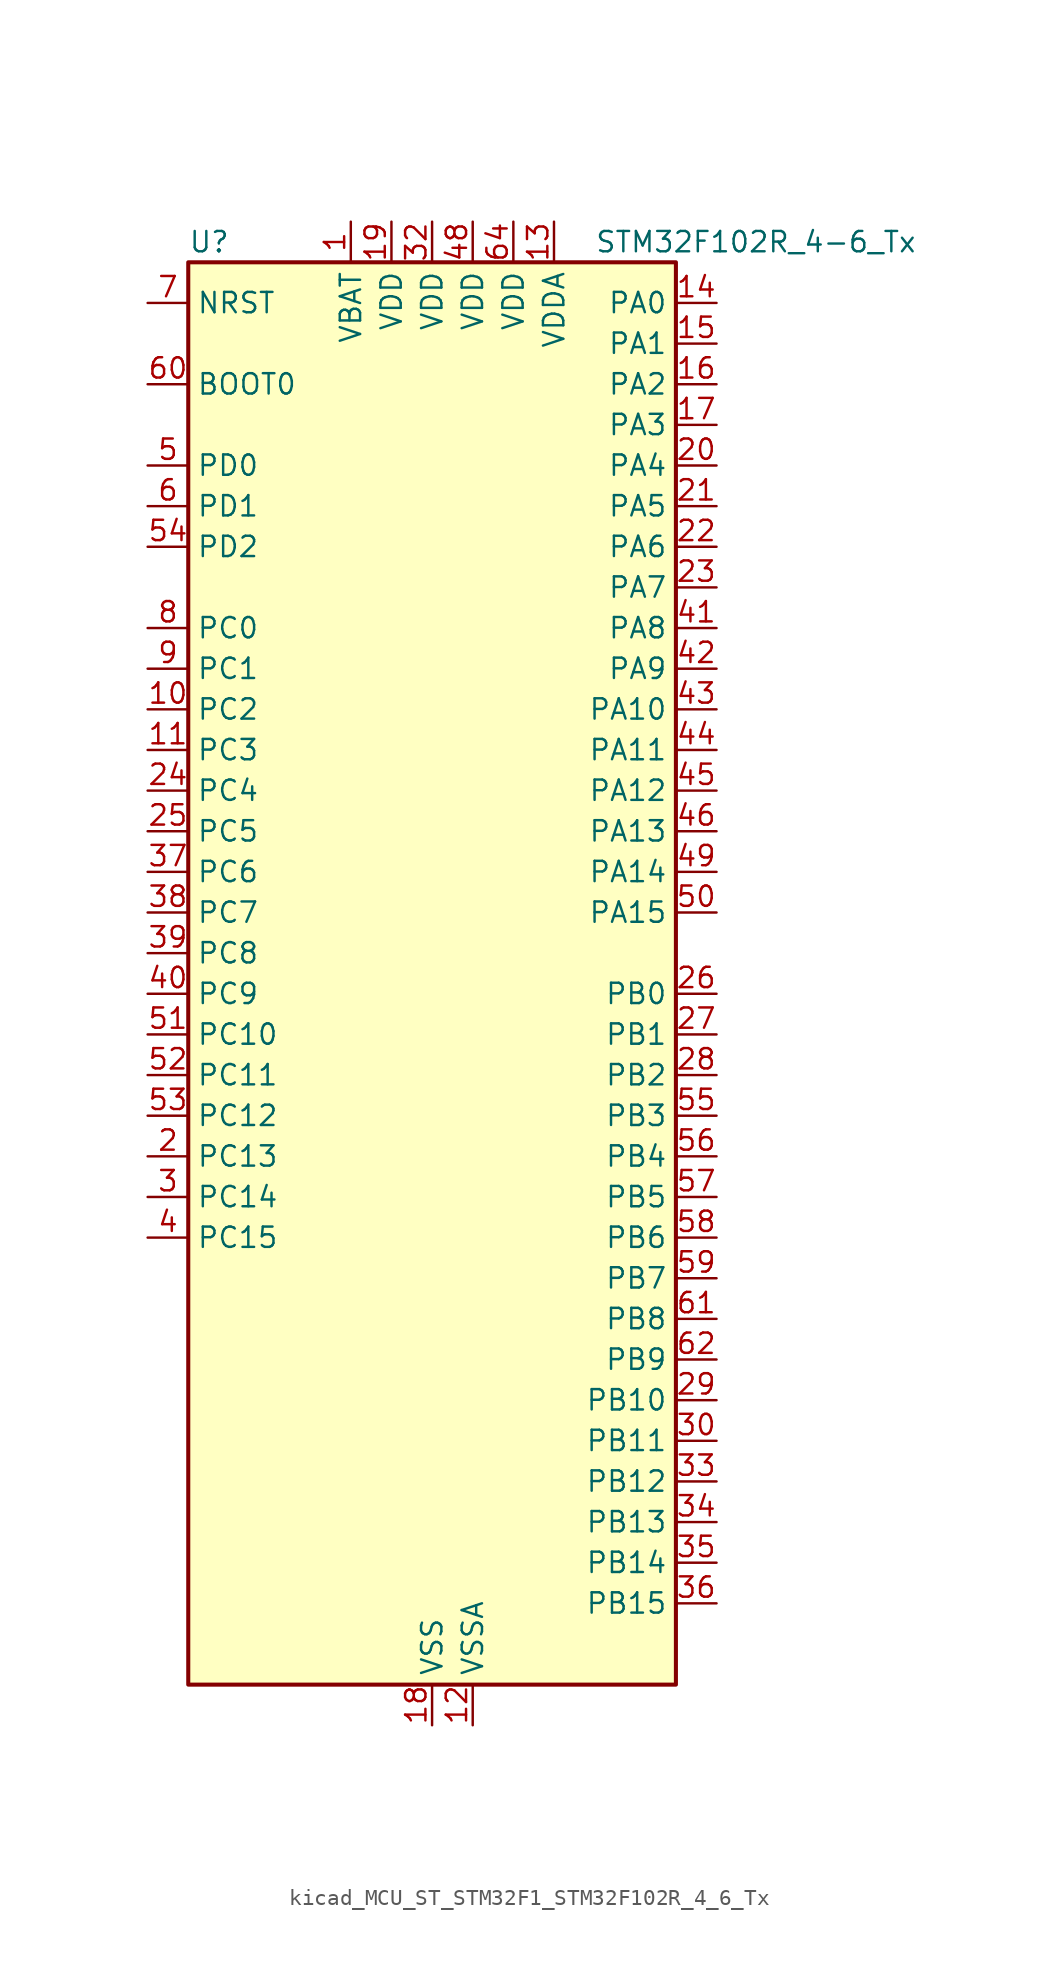
<source format=kicad_sym>
(kicad_symbol_lib
  (version 20220914)
  (generator kicad_symbol_editor)
  (symbol "kicad_MCU_ST_STM32F1_STM32F102R_4_6_Tx"
    (property "Reference" "U"
      (at -15.24 46.99 0)
      (effects (font (size 1.27 1.27)) (justify left)))
    (property "Value" "STM32F102R_4-6_Tx"
      (at 10.16 46.99 0)
      (effects (font (size 1.27 1.27)) (justify left)))
    (property "ki_locked" ""
      (at 0 0 0)
      (effects (font (size 1.27 1.27))))
    (symbol "kicad_MCU_ST_STM32F1_STM32F102R_4_6_Tx_0_1"
      (rectangle (start -15.24 -43.18) (end 15.24 45.72) (stroke (width 0.254) (type default)) (fill (type background))))
    (symbol "kicad_MCU_ST_STM32F1_STM32F102R_4_6_Tx_1_1"
      (pin power_in line (at -5.08 48.26 270) (length 2.54) (name "VBAT" (effects (font (size 1.27 1.27)))) (number "1" (effects (font (size 1.27 1.27)))))
      (pin bidirectional line (at -17.78 17.78 0) (length 2.54) (name "PC2" (effects (font (size 1.27 1.27)))) (number "10" (effects (font (size 1.27 1.27)))) (alternate "ADC1_IN12" bidirectional line))
      (pin bidirectional line (at -17.78 15.24 0) (length 2.54) (name "PC3" (effects (font (size 1.27 1.27)))) (number "11" (effects (font (size 1.27 1.27)))) (alternate "ADC1_IN13" bidirectional line))
      (pin power_in line (at 2.54 -45.72 90) (length 2.54) (name "VSSA" (effects (font (size 1.27 1.27)))) (number "12" (effects (font (size 1.27 1.27)))))
      (pin power_in line (at 7.62 48.26 270) (length 2.54) (name "VDDA" (effects (font (size 1.27 1.27)))) (number "13" (effects (font (size 1.27 1.27)))))
      (pin bidirectional line (at 17.78 43.18 180) (length 2.54) (name "PA0" (effects (font (size 1.27 1.27)))) (number "14" (effects (font (size 1.27 1.27)))) (alternate "ADC1_IN0" bidirectional line) (alternate "SYS_WKUP" bidirectional line) (alternate "TIM2_CH1" bidirectional line) (alternate "TIM2_ETR" bidirectional line) (alternate "USART2_CTS" bidirectional line))
      (pin bidirectional line (at 17.78 40.64 180) (length 2.54) (name "PA1" (effects (font (size 1.27 1.27)))) (number "15" (effects (font (size 1.27 1.27)))) (alternate "ADC1_IN1" bidirectional line) (alternate "TIM2_CH2" bidirectional line) (alternate "USART2_RTS" bidirectional line))
      (pin bidirectional line (at 17.78 38.1 180) (length 2.54) (name "PA2" (effects (font (size 1.27 1.27)))) (number "16" (effects (font (size 1.27 1.27)))) (alternate "ADC1_IN2" bidirectional line) (alternate "TIM2_CH3" bidirectional line) (alternate "USART2_TX" bidirectional line))
      (pin bidirectional line (at 17.78 35.56 180) (length 2.54) (name "PA3" (effects (font (size 1.27 1.27)))) (number "17" (effects (font (size 1.27 1.27)))) (alternate "ADC1_IN3" bidirectional line) (alternate "TIM2_CH4" bidirectional line) (alternate "USART2_RX" bidirectional line))
      (pin power_in line (at 0 -45.72 90) (length 2.54) (name "VSS" (effects (font (size 1.27 1.27)))) (number "18" (effects (font (size 1.27 1.27)))))
      (pin power_in line (at -2.54 48.26 270) (length 2.54) (name "VDD" (effects (font (size 1.27 1.27)))) (number "19" (effects (font (size 1.27 1.27)))))
      (pin bidirectional line (at -17.78 -10.16 0) (length 2.54) (name "PC13" (effects (font (size 1.27 1.27)))) (number "2" (effects (font (size 1.27 1.27)))) (alternate "RTC_OUT" bidirectional line) (alternate "RTC_TAMPER" bidirectional line))
      (pin bidirectional line (at 17.78 33.02 180) (length 2.54) (name "PA4" (effects (font (size 1.27 1.27)))) (number "20" (effects (font (size 1.27 1.27)))) (alternate "ADC1_IN4" bidirectional line) (alternate "SPI1_NSS" bidirectional line) (alternate "USART2_CK" bidirectional line))
      (pin bidirectional line (at 17.78 30.48 180) (length 2.54) (name "PA5" (effects (font (size 1.27 1.27)))) (number "21" (effects (font (size 1.27 1.27)))) (alternate "ADC1_IN5" bidirectional line) (alternate "SPI1_SCK" bidirectional line))
      (pin bidirectional line (at 17.78 27.94 180) (length 2.54) (name "PA6" (effects (font (size 1.27 1.27)))) (number "22" (effects (font (size 1.27 1.27)))) (alternate "ADC1_IN6" bidirectional line) (alternate "SPI1_MISO" bidirectional line) (alternate "TIM3_CH1" bidirectional line))
      (pin bidirectional line (at 17.78 25.4 180) (length 2.54) (name "PA7" (effects (font (size 1.27 1.27)))) (number "23" (effects (font (size 1.27 1.27)))) (alternate "ADC1_IN7" bidirectional line) (alternate "SPI1_MOSI" bidirectional line) (alternate "TIM3_CH2" bidirectional line))
      (pin bidirectional line (at -17.78 12.7 0) (length 2.54) (name "PC4" (effects (font (size 1.27 1.27)))) (number "24" (effects (font (size 1.27 1.27)))) (alternate "ADC1_IN14" bidirectional line))
      (pin bidirectional line (at -17.78 10.16 0) (length 2.54) (name "PC5" (effects (font (size 1.27 1.27)))) (number "25" (effects (font (size 1.27 1.27)))) (alternate "ADC1_IN15" bidirectional line))
      (pin bidirectional line (at 17.78 0 180) (length 2.54) (name "PB0" (effects (font (size 1.27 1.27)))) (number "26" (effects (font (size 1.27 1.27)))) (alternate "ADC1_IN8" bidirectional line) (alternate "TIM3_CH3" bidirectional line))
      (pin bidirectional line (at 17.78 -2.54 180) (length 2.54) (name "PB1" (effects (font (size 1.27 1.27)))) (number "27" (effects (font (size 1.27 1.27)))) (alternate "ADC1_IN9" bidirectional line) (alternate "TIM3_CH4" bidirectional line))
      (pin bidirectional line (at 17.78 -5.08 180) (length 2.54) (name "PB2" (effects (font (size 1.27 1.27)))) (number "28" (effects (font (size 1.27 1.27)))))
      (pin bidirectional line (at 17.78 -25.4 180) (length 2.54) (name "PB10" (effects (font (size 1.27 1.27)))) (number "29" (effects (font (size 1.27 1.27)))) (alternate "TIM2_CH3" bidirectional line))
      (pin bidirectional line (at -17.78 -12.7 0) (length 2.54) (name "PC14" (effects (font (size 1.27 1.27)))) (number "3" (effects (font (size 1.27 1.27)))) (alternate "RCC_OSC32_IN" bidirectional line))
      (pin bidirectional line (at 17.78 -27.94 180) (length 2.54) (name "PB11" (effects (font (size 1.27 1.27)))) (number "30" (effects (font (size 1.27 1.27)))) (alternate "ADC1_EXTI11" bidirectional line) (alternate "TIM2_CH4" bidirectional line))
      (pin passive line (at 0 -45.72 90) (length 2.54) hide (name "VSS" (effects (font (size 1.27 1.27)))) (number "31" (effects (font (size 1.27 1.27)))))
      (pin power_in line (at 0 48.26 270) (length 2.54) (name "VDD" (effects (font (size 1.27 1.27)))) (number "32" (effects (font (size 1.27 1.27)))))
      (pin bidirectional line (at 17.78 -30.48 180) (length 2.54) (name "PB12" (effects (font (size 1.27 1.27)))) (number "33" (effects (font (size 1.27 1.27)))))
      (pin bidirectional line (at 17.78 -33.02 180) (length 2.54) (name "PB13" (effects (font (size 1.27 1.27)))) (number "34" (effects (font (size 1.27 1.27)))))
      (pin bidirectional line (at 17.78 -35.56 180) (length 2.54) (name "PB14" (effects (font (size 1.27 1.27)))) (number "35" (effects (font (size 1.27 1.27)))))
      (pin bidirectional line (at 17.78 -38.1 180) (length 2.54) (name "PB15" (effects (font (size 1.27 1.27)))) (number "36" (effects (font (size 1.27 1.27)))) (alternate "ADC1_EXTI15" bidirectional line))
      (pin bidirectional line (at -17.78 7.62 0) (length 2.54) (name "PC6" (effects (font (size 1.27 1.27)))) (number "37" (effects (font (size 1.27 1.27)))) (alternate "TIM3_CH1" bidirectional line))
      (pin bidirectional line (at -17.78 5.08 0) (length 2.54) (name "PC7" (effects (font (size 1.27 1.27)))) (number "38" (effects (font (size 1.27 1.27)))) (alternate "TIM3_CH2" bidirectional line))
      (pin bidirectional line (at -17.78 2.54 0) (length 2.54) (name "PC8" (effects (font (size 1.27 1.27)))) (number "39" (effects (font (size 1.27 1.27)))) (alternate "TIM3_CH3" bidirectional line))
      (pin bidirectional line (at -17.78 -15.24 0) (length 2.54) (name "PC15" (effects (font (size 1.27 1.27)))) (number "4" (effects (font (size 1.27 1.27)))) (alternate "ADC1_EXTI15" bidirectional line) (alternate "RCC_OSC32_OUT" bidirectional line))
      (pin bidirectional line (at -17.78 0 0) (length 2.54) (name "PC9" (effects (font (size 1.27 1.27)))) (number "40" (effects (font (size 1.27 1.27)))) (alternate "TIM3_CH4" bidirectional line))
      (pin bidirectional line (at 17.78 22.86 180) (length 2.54) (name "PA8" (effects (font (size 1.27 1.27)))) (number "41" (effects (font (size 1.27 1.27)))) (alternate "RCC_MCO" bidirectional line) (alternate "USART1_CK" bidirectional line))
      (pin bidirectional line (at 17.78 20.32 180) (length 2.54) (name "PA9" (effects (font (size 1.27 1.27)))) (number "42" (effects (font (size 1.27 1.27)))) (alternate "USART1_TX" bidirectional line))
      (pin bidirectional line (at 17.78 17.78 180) (length 2.54) (name "PA10" (effects (font (size 1.27 1.27)))) (number "43" (effects (font (size 1.27 1.27)))) (alternate "USART1_RX" bidirectional line))
      (pin bidirectional line (at 17.78 15.24 180) (length 2.54) (name "PA11" (effects (font (size 1.27 1.27)))) (number "44" (effects (font (size 1.27 1.27)))) (alternate "ADC1_EXTI11" bidirectional line) (alternate "USART1_CTS" bidirectional line) (alternate "USB_DM" bidirectional line))
      (pin bidirectional line (at 17.78 12.7 180) (length 2.54) (name "PA12" (effects (font (size 1.27 1.27)))) (number "45" (effects (font (size 1.27 1.27)))) (alternate "USART1_RTS" bidirectional line) (alternate "USB_DP" bidirectional line))
      (pin bidirectional line (at 17.78 10.16 180) (length 2.54) (name "PA13" (effects (font (size 1.27 1.27)))) (number "46" (effects (font (size 1.27 1.27)))) (alternate "SYS_JTMS-SWDIO" bidirectional line))
      (pin passive line (at 0 -45.72 90) (length 2.54) hide (name "VSS" (effects (font (size 1.27 1.27)))) (number "47" (effects (font (size 1.27 1.27)))))
      (pin power_in line (at 2.54 48.26 270) (length 2.54) (name "VDD" (effects (font (size 1.27 1.27)))) (number "48" (effects (font (size 1.27 1.27)))))
      (pin bidirectional line (at 17.78 7.62 180) (length 2.54) (name "PA14" (effects (font (size 1.27 1.27)))) (number "49" (effects (font (size 1.27 1.27)))) (alternate "SYS_JTCK-SWCLK" bidirectional line))
      (pin bidirectional line (at -17.78 33.02 0) (length 2.54) (name "PD0" (effects (font (size 1.27 1.27)))) (number "5" (effects (font (size 1.27 1.27)))) (alternate "RCC_OSC_IN" bidirectional line))
      (pin bidirectional line (at 17.78 5.08 180) (length 2.54) (name "PA15" (effects (font (size 1.27 1.27)))) (number "50" (effects (font (size 1.27 1.27)))) (alternate "ADC1_EXTI15" bidirectional line) (alternate "SPI1_NSS" bidirectional line) (alternate "SYS_JTDI" bidirectional line) (alternate "TIM2_CH1" bidirectional line) (alternate "TIM2_ETR" bidirectional line))
      (pin bidirectional line (at -17.78 -2.54 0) (length 2.54) (name "PC10" (effects (font (size 1.27 1.27)))) (number "51" (effects (font (size 1.27 1.27)))))
      (pin bidirectional line (at -17.78 -5.08 0) (length 2.54) (name "PC11" (effects (font (size 1.27 1.27)))) (number "52" (effects (font (size 1.27 1.27)))) (alternate "ADC1_EXTI11" bidirectional line))
      (pin bidirectional line (at -17.78 -7.62 0) (length 2.54) (name "PC12" (effects (font (size 1.27 1.27)))) (number "53" (effects (font (size 1.27 1.27)))))
      (pin bidirectional line (at -17.78 27.94 0) (length 2.54) (name "PD2" (effects (font (size 1.27 1.27)))) (number "54" (effects (font (size 1.27 1.27)))) (alternate "TIM3_ETR" bidirectional line))
      (pin bidirectional line (at 17.78 -7.62 180) (length 2.54) (name "PB3" (effects (font (size 1.27 1.27)))) (number "55" (effects (font (size 1.27 1.27)))) (alternate "SPI1_SCK" bidirectional line) (alternate "SYS_JTDO-TRACESWO" bidirectional line) (alternate "TIM2_CH2" bidirectional line))
      (pin bidirectional line (at 17.78 -10.16 180) (length 2.54) (name "PB4" (effects (font (size 1.27 1.27)))) (number "56" (effects (font (size 1.27 1.27)))) (alternate "SPI1_MISO" bidirectional line) (alternate "SYS_NJTRST" bidirectional line) (alternate "TIM3_CH1" bidirectional line))
      (pin bidirectional line (at 17.78 -12.7 180) (length 2.54) (name "PB5" (effects (font (size 1.27 1.27)))) (number "57" (effects (font (size 1.27 1.27)))) (alternate "I2C1_SMBA" bidirectional line) (alternate "SPI1_MOSI" bidirectional line) (alternate "TIM3_CH2" bidirectional line))
      (pin bidirectional line (at 17.78 -15.24 180) (length 2.54) (name "PB6" (effects (font (size 1.27 1.27)))) (number "58" (effects (font (size 1.27 1.27)))) (alternate "I2C1_SCL" bidirectional line) (alternate "USART1_TX" bidirectional line))
      (pin bidirectional line (at 17.78 -17.78 180) (length 2.54) (name "PB7" (effects (font (size 1.27 1.27)))) (number "59" (effects (font (size 1.27 1.27)))) (alternate "I2C1_SDA" bidirectional line) (alternate "USART1_RX" bidirectional line))
      (pin bidirectional line (at -17.78 30.48 0) (length 2.54) (name "PD1" (effects (font (size 1.27 1.27)))) (number "6" (effects (font (size 1.27 1.27)))) (alternate "RCC_OSC_OUT" bidirectional line))
      (pin input line (at -17.78 38.1 0) (length 2.54) (name "BOOT0" (effects (font (size 1.27 1.27)))) (number "60" (effects (font (size 1.27 1.27)))))
      (pin bidirectional line (at 17.78 -20.32 180) (length 2.54) (name "PB8" (effects (font (size 1.27 1.27)))) (number "61" (effects (font (size 1.27 1.27)))) (alternate "I2C1_SCL" bidirectional line))
      (pin bidirectional line (at 17.78 -22.86 180) (length 2.54) (name "PB9" (effects (font (size 1.27 1.27)))) (number "62" (effects (font (size 1.27 1.27)))) (alternate "I2C1_SDA" bidirectional line))
      (pin passive line (at 0 -45.72 90) (length 2.54) hide (name "VSS" (effects (font (size 1.27 1.27)))) (number "63" (effects (font (size 1.27 1.27)))))
      (pin power_in line (at 5.08 48.26 270) (length 2.54) (name "VDD" (effects (font (size 1.27 1.27)))) (number "64" (effects (font (size 1.27 1.27)))))
      (pin input line (at -17.78 43.18 0) (length 2.54) (name "NRST" (effects (font (size 1.27 1.27)))) (number "7" (effects (font (size 1.27 1.27)))))
      (pin bidirectional line (at -17.78 22.86 0) (length 2.54) (name "PC0" (effects (font (size 1.27 1.27)))) (number "8" (effects (font (size 1.27 1.27)))) (alternate "ADC1_IN10" bidirectional line))
      (pin bidirectional line (at -17.78 20.32 0) (length 2.54) (name "PC1" (effects (font (size 1.27 1.27)))) (number "9" (effects (font (size 1.27 1.27)))) (alternate "ADC1_IN11" bidirectional line)))))
</source>
